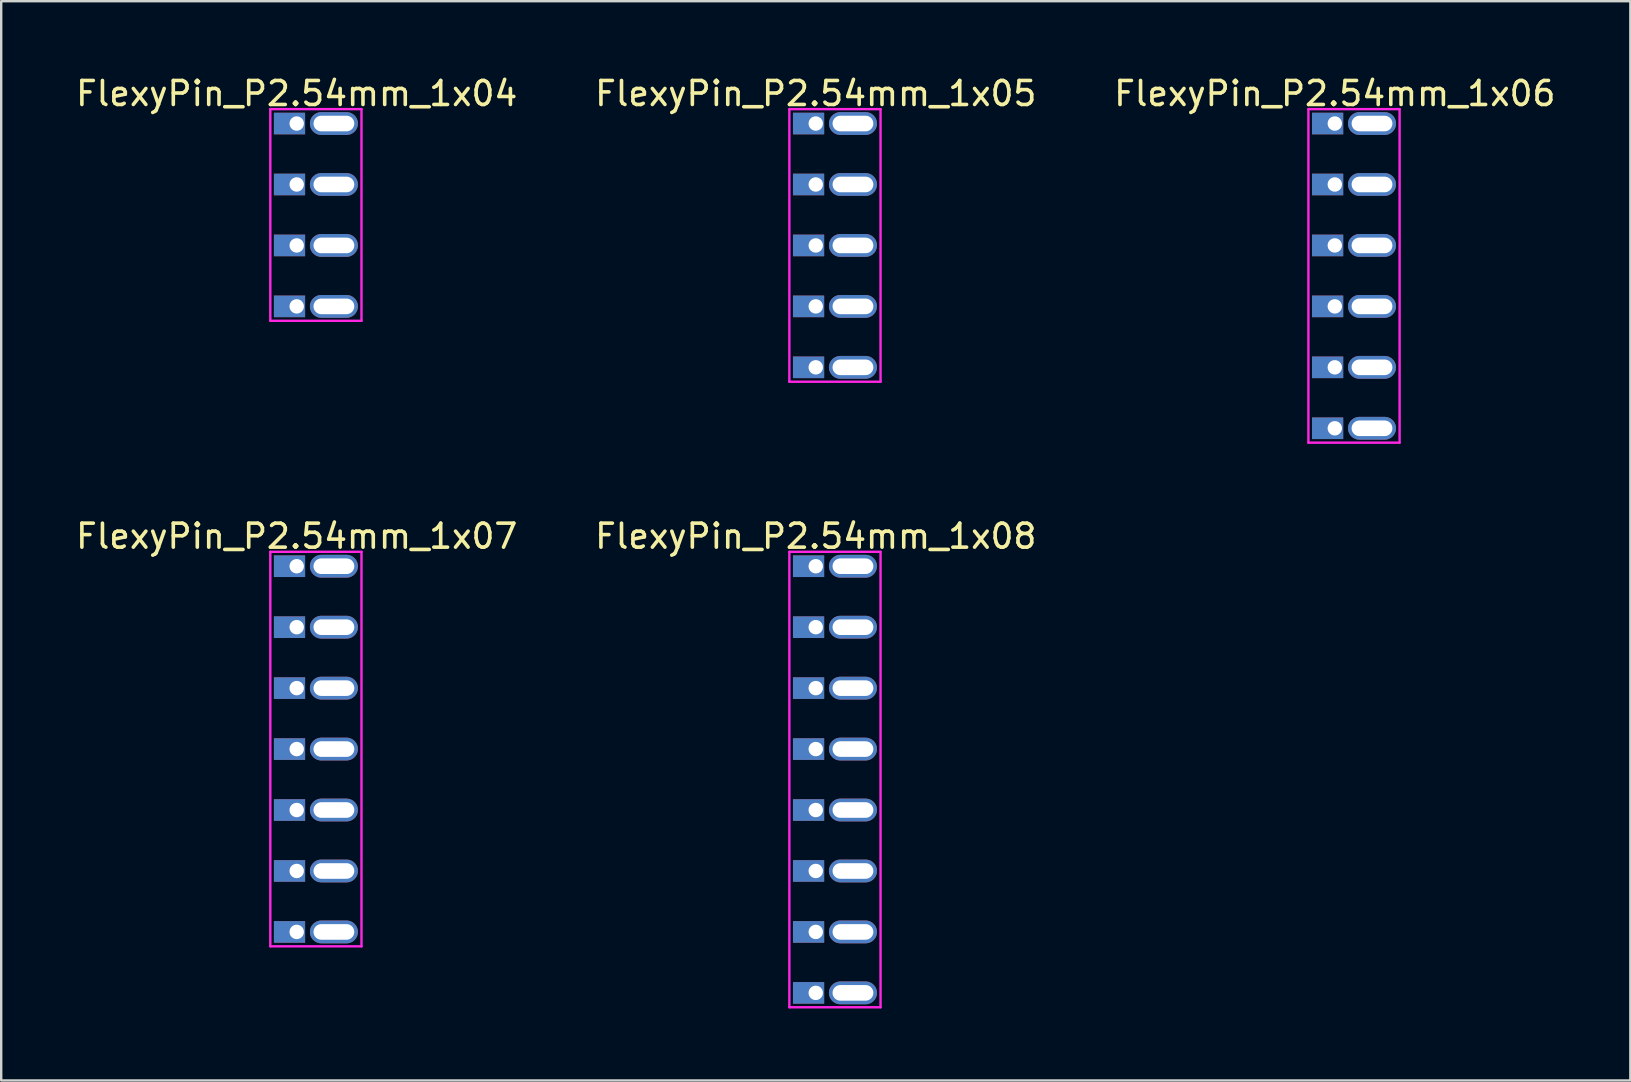
<source format=kicad_pcb>
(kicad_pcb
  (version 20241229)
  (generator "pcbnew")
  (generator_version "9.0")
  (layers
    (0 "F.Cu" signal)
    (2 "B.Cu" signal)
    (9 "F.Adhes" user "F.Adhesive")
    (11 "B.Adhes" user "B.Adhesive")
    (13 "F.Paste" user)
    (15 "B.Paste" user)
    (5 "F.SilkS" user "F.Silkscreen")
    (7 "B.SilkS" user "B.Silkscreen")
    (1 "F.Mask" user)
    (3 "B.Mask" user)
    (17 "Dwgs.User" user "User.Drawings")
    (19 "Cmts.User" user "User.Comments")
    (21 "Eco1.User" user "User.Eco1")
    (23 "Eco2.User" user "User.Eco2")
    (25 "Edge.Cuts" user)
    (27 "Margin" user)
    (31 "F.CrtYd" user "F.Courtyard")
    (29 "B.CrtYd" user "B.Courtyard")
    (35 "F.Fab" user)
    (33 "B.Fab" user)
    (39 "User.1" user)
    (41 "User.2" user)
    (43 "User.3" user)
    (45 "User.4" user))
  (footprint "FlexyPin_P2.54mm_1x04"
    (layer "F.Cu")
    (at 9.315 2.098)
    (property "Reference" "FlexyPin_P2.54mm_1x04" (at 0 -1.25 0) (layer "F.SilkS") (effects (font (size 1 1) (thickness 0.15))))
    (attr through_hole)
    (fp_line (start -1.1 -0.6) (end 2.7 -0.6) (stroke (width 0.1) (type solid)) (layer "F.CrtYd"))
    (fp_line (start -1.1 8.22) (end -1.1 -0.6) (stroke (width 0.1) (type solid)) (layer "F.CrtYd"))
    (fp_line (start 2.7 -0.6) (end 2.7 8.22) (stroke (width 0.1) (type solid)) (layer "F.CrtYd"))
    (fp_line (start 2.7 8.22) (end -1.1 8.22) (stroke (width 0.1) (type solid)) (layer "F.CrtYd"))
    (pad "" thru_hole oval (at 1.55 0) (size 2 0.95) (drill oval 1.7 0.65) (layers "*.Cu" "*.Mask"))
    (pad "" thru_hole oval (at 1.55 2.54) (size 2 0.95) (drill oval 1.7 0.65) (layers "*.Cu" "*.Mask"))
    (pad "" thru_hole oval (at 1.55 5.08) (size 2 0.95) (drill oval 1.7 0.65) (layers "*.Cu" "*.Mask"))
    (pad "" thru_hole oval (at 1.55 7.62) (size 2 0.95) (drill oval 1.7 0.65) (layers "*.Cu" "*.Mask"))
    (pad "1" thru_hole rect (at 0 0) (size 1.3 0.9) (drill 0.6 (offset -0.3 0)) (layers "*.Cu" "*.Mask"))
    (pad "2" thru_hole rect (at 0 2.54) (size 1.3 0.9) (drill 0.6 (offset -0.3 0)) (layers "*.Cu" "*.Mask"))
    (pad "3" thru_hole rect (at 0 5.08) (size 1.3 0.9) (drill 0.6 (offset -0.3 0)) (layers "*.Cu" "*.Mask"))
    (pad "4" thru_hole rect (at 0 7.62) (size 1.3 0.9) (drill 0.6 (offset -0.3 0)) (layers "*.Cu" "*.Mask")))
  (footprint "FlexyPin_P2.54mm_1x06"
    (layer "F.Cu")
    (at 52.577 2.098)
    (property "Reference" "FlexyPin_P2.54mm_1x06" (at 0 -1.25 0) (layer "F.SilkS") (effects (font (size 1 1) (thickness 0.15))))
    (attr through_hole)
    (fp_line (start -1.1 -0.6) (end 2.7 -0.6) (stroke (width 0.1) (type solid)) (layer "F.CrtYd"))
    (fp_line (start -1.1 13.3) (end -1.1 -0.6) (stroke (width 0.1) (type solid)) (layer "F.CrtYd"))
    (fp_line (start 2.7 -0.6) (end 2.7 13.3) (stroke (width 0.1) (type solid)) (layer "F.CrtYd"))
    (fp_line (start 2.7 13.3) (end -1.1 13.3) (stroke (width 0.1) (type solid)) (layer "F.CrtYd"))
    (pad "" thru_hole oval (at 1.55 0) (size 2 0.95) (drill oval 1.7 0.65) (layers "*.Cu" "*.Mask"))
    (pad "" thru_hole oval (at 1.55 2.54) (size 2 0.95) (drill oval 1.7 0.65) (layers "*.Cu" "*.Mask"))
    (pad "" thru_hole oval (at 1.55 5.08) (size 2 0.95) (drill oval 1.7 0.65) (layers "*.Cu" "*.Mask"))
    (pad "" thru_hole oval (at 1.55 7.62) (size 2 0.95) (drill oval 1.7 0.65) (layers "*.Cu" "*.Mask"))
    (pad "" thru_hole oval (at 1.55 10.16) (size 2 0.95) (drill oval 1.7 0.65) (layers "*.Cu" "*.Mask"))
    (pad "" thru_hole oval (at 1.55 12.7) (size 2 0.95) (drill oval 1.7 0.65) (layers "*.Cu" "*.Mask"))
    (pad "1" thru_hole rect (at 0 0) (size 1.3 0.9) (drill 0.6 (offset -0.3 0)) (layers "*.Cu" "*.Mask"))
    (pad "2" thru_hole rect (at 0 2.54) (size 1.3 0.9) (drill 0.6 (offset -0.3 0)) (layers "*.Cu" "*.Mask"))
    (pad "3" thru_hole rect (at 0 5.08) (size 1.3 0.9) (drill 0.6 (offset -0.3 0)) (layers "*.Cu" "*.Mask"))
    (pad "4" thru_hole rect (at 0 7.62) (size 1.3 0.9) (drill 0.6 (offset -0.3 0)) (layers "*.Cu" "*.Mask"))
    (pad "5" thru_hole rect (at 0 10.16) (size 1.3 0.9) (drill 0.6 (offset -0.3 0)) (layers "*.Cu" "*.Mask"))
    (pad "6" thru_hole rect (at 0 12.7) (size 1.3 0.9) (drill 0.6 (offset -0.3 0)) (layers "*.Cu" "*.Mask")))
  (footprint "FlexyPin_P2.54mm_1x05"
    (layer "F.Cu")
    (at 30.946 2.098)
    (property "Reference" "FlexyPin_P2.54mm_1x05" (at 0 -1.25 0) (layer "F.SilkS") (effects (font (size 1 1) (thickness 0.15))))
    (attr through_hole)
    (fp_line (start -1.1 -0.6) (end 2.7 -0.6) (stroke (width 0.1) (type solid)) (layer "F.CrtYd"))
    (fp_line (start -1.1 10.76) (end -1.1 -0.6) (stroke (width 0.1) (type solid)) (layer "F.CrtYd"))
    (fp_line (start 2.7 -0.6) (end 2.7 10.76) (stroke (width 0.1) (type solid)) (layer "F.CrtYd"))
    (fp_line (start 2.7 10.76) (end -1.1 10.76) (stroke (width 0.1) (type solid)) (layer "F.CrtYd"))
    (pad "" thru_hole oval (at 1.55 0) (size 2 0.95) (drill oval 1.7 0.65) (layers "*.Cu" "*.Mask"))
    (pad "" thru_hole oval (at 1.55 2.54) (size 2 0.95) (drill oval 1.7 0.65) (layers "*.Cu" "*.Mask"))
    (pad "" thru_hole oval (at 1.55 5.08) (size 2 0.95) (drill oval 1.7 0.65) (layers "*.Cu" "*.Mask"))
    (pad "" thru_hole oval (at 1.55 7.62) (size 2 0.95) (drill oval 1.7 0.65) (layers "*.Cu" "*.Mask"))
    (pad "" thru_hole oval (at 1.55 10.16) (size 2 0.95) (drill oval 1.7 0.65) (layers "*.Cu" "*.Mask"))
    (pad "1" thru_hole rect (at 0 0) (size 1.3 0.9) (drill 0.6 (offset -0.3 0)) (layers "*.Cu" "*.Mask"))
    (pad "2" thru_hole rect (at 0 2.54) (size 1.3 0.9) (drill 0.6 (offset -0.3 0)) (layers "*.Cu" "*.Mask"))
    (pad "3" thru_hole rect (at 0 5.08) (size 1.3 0.9) (drill 0.6 (offset -0.3 0)) (layers "*.Cu" "*.Mask"))
    (pad "4" thru_hole rect (at 0 7.62) (size 1.3 0.9) (drill 0.6 (offset -0.3 0)) (layers "*.Cu" "*.Mask"))
    (pad "5" thru_hole rect (at 0 10.16) (size 1.3 0.9) (drill 0.6 (offset -0.3 0)) (layers "*.Cu" "*.Mask")))
  (footprint "FlexyPin_P2.54mm_1x07"
    (layer "F.Cu")
    (at 9.315 20.547)
    (property "Reference" "FlexyPin_P2.54mm_1x07" (at 0 -1.25 0) (layer "F.SilkS") (effects (font (size 1 1) (thickness 0.15))))
    (attr through_hole)
    (fp_line (start -1.1 -0.6) (end 2.7 -0.6) (stroke (width 0.1) (type solid)) (layer "F.CrtYd"))
    (fp_line (start -1.1 15.84) (end -1.1 -0.6) (stroke (width 0.1) (type solid)) (layer "F.CrtYd"))
    (fp_line (start 2.7 -0.6) (end 2.7 15.84) (stroke (width 0.1) (type solid)) (layer "F.CrtYd"))
    (fp_line (start 2.7 15.84) (end -1.1 15.84) (stroke (width 0.1) (type solid)) (layer "F.CrtYd"))
    (pad "" thru_hole oval (at 1.55 0) (size 2 0.95) (drill oval 1.7 0.65) (layers "*.Cu" "*.Mask"))
    (pad "" thru_hole oval (at 1.55 2.54) (size 2 0.95) (drill oval 1.7 0.65) (layers "*.Cu" "*.Mask"))
    (pad "" thru_hole oval (at 1.55 5.08) (size 2 0.95) (drill oval 1.7 0.65) (layers "*.Cu" "*.Mask"))
    (pad "" thru_hole oval (at 1.55 7.62) (size 2 0.95) (drill oval 1.7 0.65) (layers "*.Cu" "*.Mask"))
    (pad "" thru_hole oval (at 1.55 10.16) (size 2 0.95) (drill oval 1.7 0.65) (layers "*.Cu" "*.Mask"))
    (pad "" thru_hole oval (at 1.55 12.7) (size 2 0.95) (drill oval 1.7 0.65) (layers "*.Cu" "*.Mask"))
    (pad "" thru_hole oval (at 1.55 15.24) (size 2 0.95) (drill oval 1.7 0.65) (layers "*.Cu" "*.Mask"))
    (pad "1" thru_hole rect (at 0 0) (size 1.3 0.9) (drill 0.6 (offset -0.3 0)) (layers "*.Cu" "*.Mask"))
    (pad "2" thru_hole rect (at 0 2.54) (size 1.3 0.9) (drill 0.6 (offset -0.3 0)) (layers "*.Cu" "*.Mask"))
    (pad "3" thru_hole rect (at 0 5.08) (size 1.3 0.9) (drill 0.6 (offset -0.3 0)) (layers "*.Cu" "*.Mask"))
    (pad "4" thru_hole rect (at 0 7.62) (size 1.3 0.9) (drill 0.6 (offset -0.3 0)) (layers "*.Cu" "*.Mask"))
    (pad "5" thru_hole rect (at 0 10.16) (size 1.3 0.9) (drill 0.6 (offset -0.3 0)) (layers "*.Cu" "*.Mask"))
    (pad "6" thru_hole rect (at 0 12.7) (size 1.3 0.9) (drill 0.6 (offset -0.3 0)) (layers "*.Cu" "*.Mask"))
    (pad "7" thru_hole rect (at 0 15.24) (size 1.3 0.9) (drill 0.6 (offset -0.3 0)) (layers "*.Cu" "*.Mask")))
  (footprint "FlexyPin_P2.54mm_1x08"
    (layer "F.Cu")
    (at 30.946 20.547)
    (property "Reference" "FlexyPin_P2.54mm_1x08" (at 0 -1.25 0) (layer "F.SilkS") (effects (font (size 1 1) (thickness 0.15))))
    (attr through_hole)
    (fp_line (start -1.1 -0.6) (end 2.7 -0.6) (stroke (width 0.1) (type solid)) (layer "F.CrtYd"))
    (fp_line (start -1.1 18.38) (end -1.1 -0.6) (stroke (width 0.1) (type solid)) (layer "F.CrtYd"))
    (fp_line (start 2.7 -0.6) (end 2.7 18.38) (stroke (width 0.1) (type solid)) (layer "F.CrtYd"))
    (fp_line (start 2.7 18.38) (end -1.1 18.38) (stroke (width 0.1) (type solid)) (layer "F.CrtYd"))
    (pad "" thru_hole oval (at 1.55 0) (size 2 0.95) (drill oval 1.7 0.65) (layers "*.Cu" "*.Mask"))
    (pad "" thru_hole oval (at 1.55 2.54) (size 2 0.95) (drill oval 1.7 0.65) (layers "*.Cu" "*.Mask"))
    (pad "" thru_hole oval (at 1.55 5.08) (size 2 0.95) (drill oval 1.7 0.65) (layers "*.Cu" "*.Mask"))
    (pad "" thru_hole oval (at 1.55 7.62) (size 2 0.95) (drill oval 1.7 0.65) (layers "*.Cu" "*.Mask"))
    (pad "" thru_hole oval (at 1.55 10.16) (size 2 0.95) (drill oval 1.7 0.65) (layers "*.Cu" "*.Mask"))
    (pad "" thru_hole oval (at 1.55 12.7) (size 2 0.95) (drill oval 1.7 0.65) (layers "*.Cu" "*.Mask"))
    (pad "" thru_hole oval (at 1.55 15.24) (size 2 0.95) (drill oval 1.7 0.65) (layers "*.Cu" "*.Mask"))
    (pad "" thru_hole oval (at 1.55 17.78) (size 2 0.95) (drill oval 1.7 0.65) (layers "*.Cu" "*.Mask"))
    (pad "1" thru_hole rect (at 0 0) (size 1.3 0.9) (drill 0.6 (offset -0.3 0)) (layers "*.Cu" "*.Mask"))
    (pad "2" thru_hole rect (at 0 2.54) (size 1.3 0.9) (drill 0.6 (offset -0.3 0)) (layers "*.Cu" "*.Mask"))
    (pad "3" thru_hole rect (at 0 5.08) (size 1.3 0.9) (drill 0.6 (offset -0.3 0)) (layers "*.Cu" "*.Mask"))
    (pad "4" thru_hole rect (at 0 7.62) (size 1.3 0.9) (drill 0.6 (offset -0.3 0)) (layers "*.Cu" "*.Mask"))
    (pad "5" thru_hole rect (at 0 10.16) (size 1.3 0.9) (drill 0.6 (offset -0.3 0)) (layers "*.Cu" "*.Mask"))
    (pad "6" thru_hole rect (at 0 12.7) (size 1.3 0.9) (drill 0.6 (offset -0.3 0)) (layers "*.Cu" "*.Mask"))
    (pad "7" thru_hole rect (at 0 15.24) (size 1.3 0.9) (drill 0.6 (offset -0.3 0)) (layers "*.Cu" "*.Mask"))
    (pad "8" thru_hole rect (at 0 17.78) (size 1.3 0.9) (drill 0.6 (offset -0.3 0)) (layers "*.Cu" "*.Mask")))
  (gr_rect
    (start -3 -3)
    (end 64.893 41.977)
    (stroke (width 0.1) (type default))
    (fill no)
    (layer "Edge.Cuts")))
</source>
